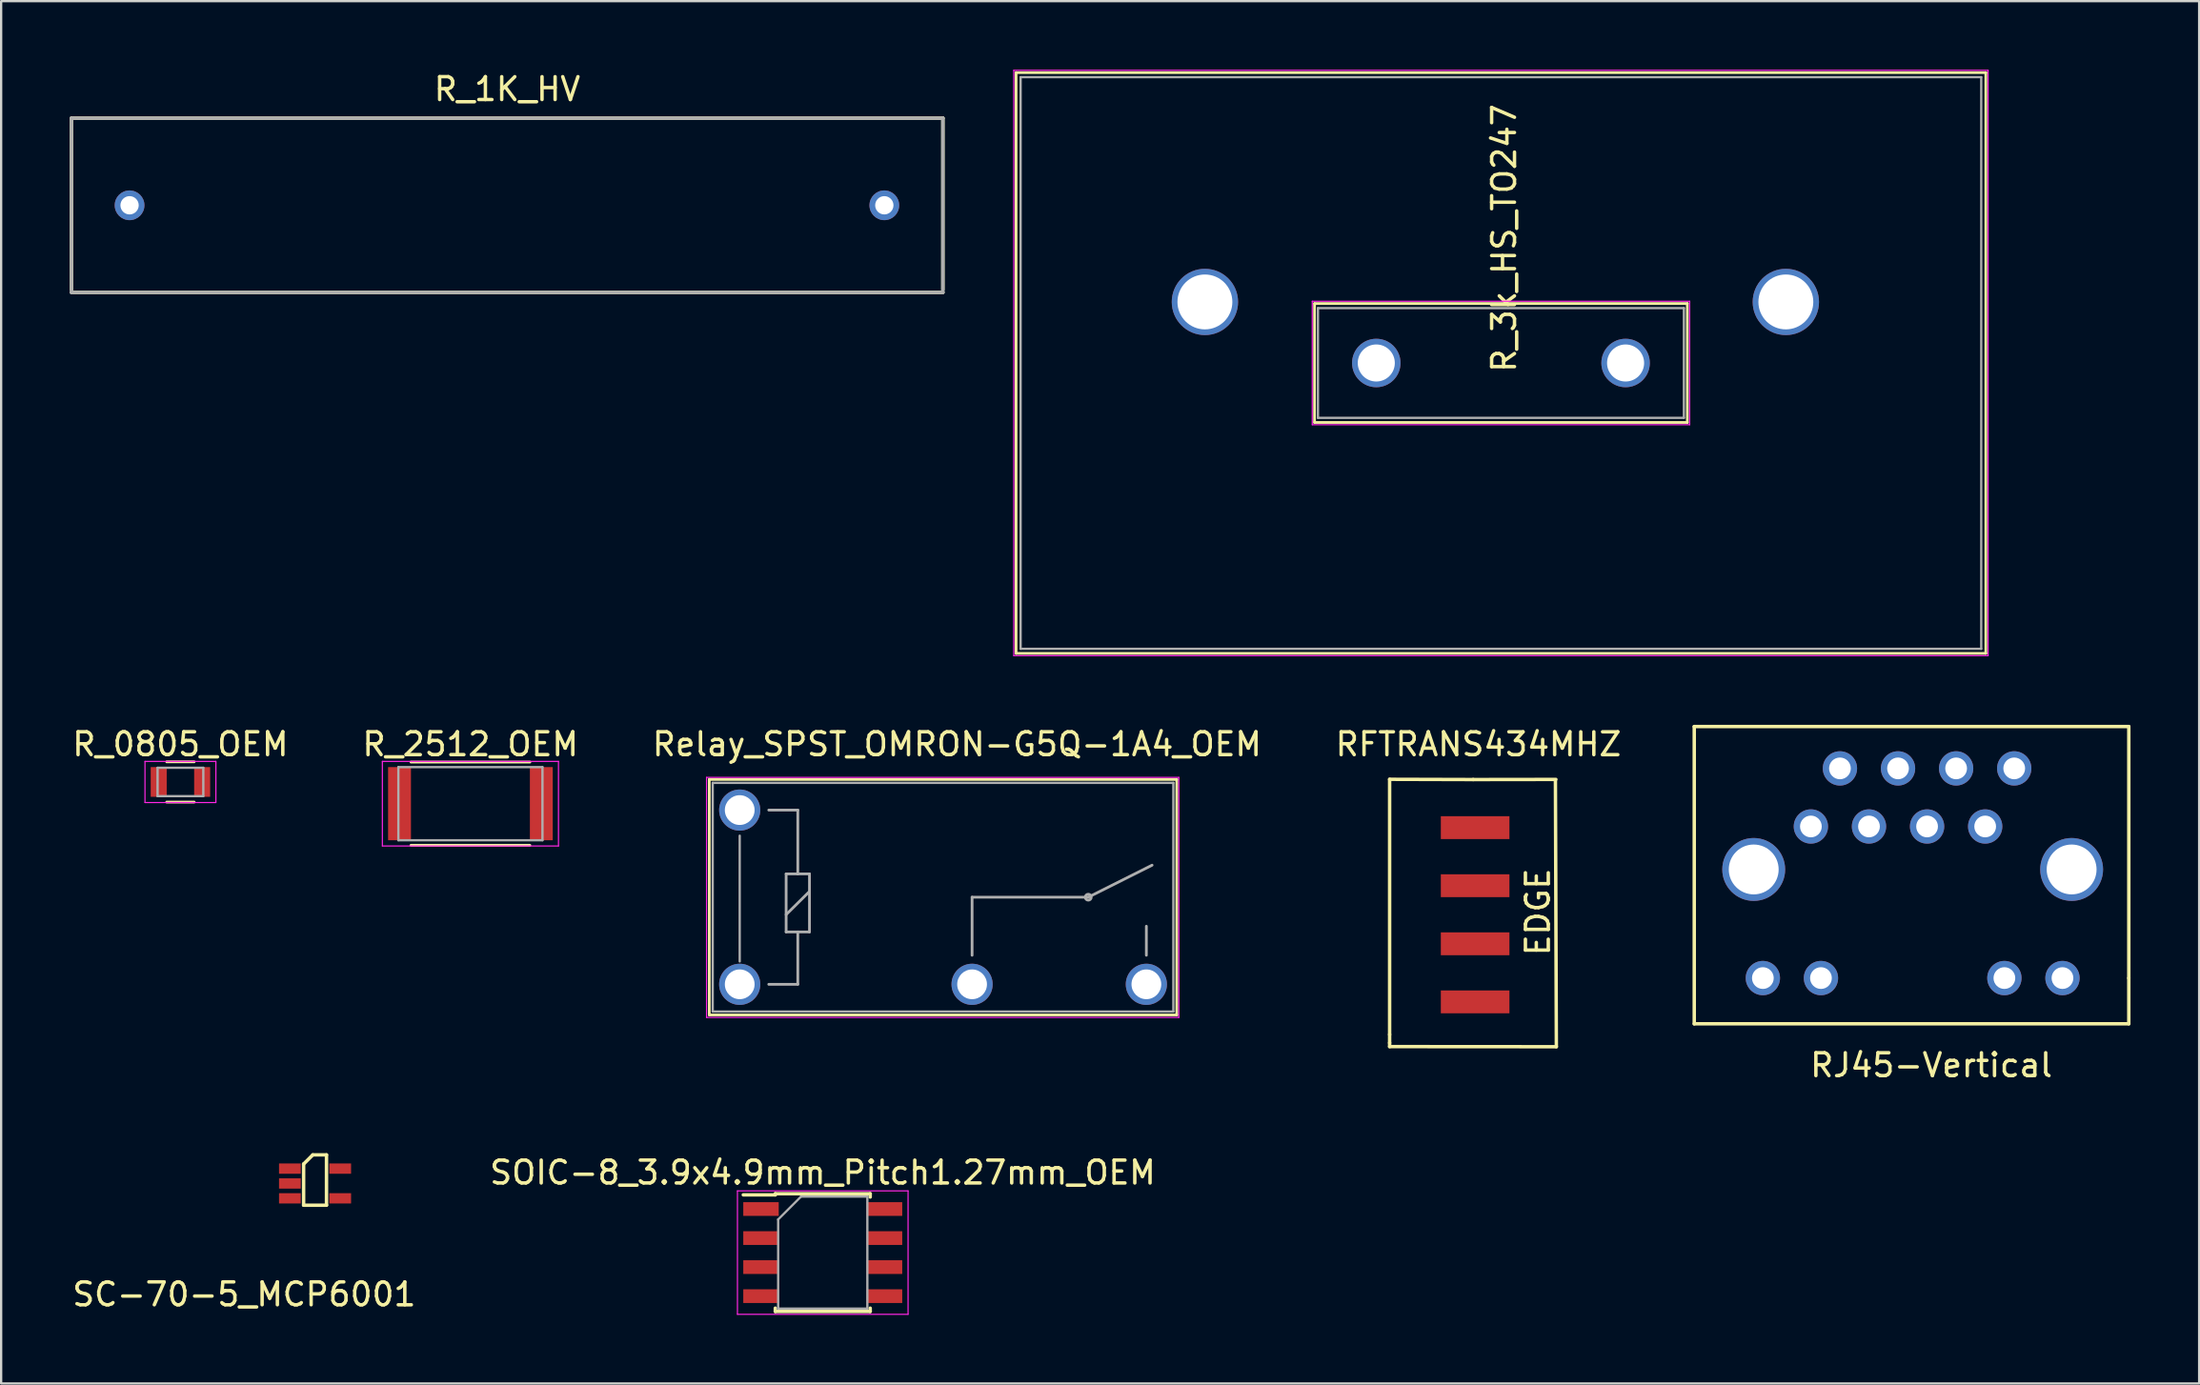
<source format=kicad_pcb>
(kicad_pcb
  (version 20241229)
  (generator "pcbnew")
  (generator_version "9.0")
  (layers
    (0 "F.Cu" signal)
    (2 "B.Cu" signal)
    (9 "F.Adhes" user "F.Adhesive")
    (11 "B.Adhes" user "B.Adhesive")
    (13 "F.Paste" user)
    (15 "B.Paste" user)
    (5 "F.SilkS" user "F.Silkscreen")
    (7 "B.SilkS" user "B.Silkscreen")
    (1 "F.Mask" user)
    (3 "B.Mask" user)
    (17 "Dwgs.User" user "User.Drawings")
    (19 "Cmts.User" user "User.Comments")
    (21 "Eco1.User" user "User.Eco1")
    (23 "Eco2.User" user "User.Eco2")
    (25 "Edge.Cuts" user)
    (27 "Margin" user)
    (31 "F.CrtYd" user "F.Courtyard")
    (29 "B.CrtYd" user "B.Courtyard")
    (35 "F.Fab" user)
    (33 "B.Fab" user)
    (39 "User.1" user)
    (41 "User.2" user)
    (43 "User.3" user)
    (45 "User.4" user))
  (footprint "Relay_SPST_OMRON-G5Q-1A4_OEM"
    (layer "F.Cu")
    (at 29.292 39.998)
    (property "Reference" "Relay_SPST_OMRON-G5Q-1A4_OEM" (at 9.5 -10.5 180) (layer "F.SilkS") (effects (font (size 1 1) (thickness 0.15))))
    (attr through_hole)
    (fp_line (start -1.33 -8.96) (end 19.11 -8.96) (stroke (width 0.12) (type solid)) (layer "F.SilkS"))
    (fp_line (start -1.33 1.34) (end -1.33 -8.96) (stroke (width 0.12) (type solid)) (layer "F.SilkS"))
    (fp_line (start -1.33 1.34) (end 19.11 1.34) (stroke (width 0.12) (type solid)) (layer "F.SilkS"))
    (fp_line (start 19.11 1.34) (end 19.11 -8.96) (stroke (width 0.12) (type solid)) (layer "F.SilkS"))
    (fp_line (start -1.45 -9.05) (end 19.2 -9.05) (stroke (width 0.05) (type solid)) (layer "F.CrtYd"))
    (fp_line (start -1.45 1.45) (end -1.45 -9.05) (stroke (width 0.05) (type solid)) (layer "F.CrtYd"))
    (fp_line (start 19.2 -9.05) (end 19.2 1.45) (stroke (width 0.05) (type solid)) (layer "F.CrtYd"))
    (fp_line (start 19.2 1.45) (end -1.45 1.45) (stroke (width 0.05) (type solid)) (layer "F.CrtYd"))
    (fp_line (start -1.18 -8.81) (end 18.96 -8.81) (stroke (width 0.1) (type solid)) (layer "F.Fab"))
    (fp_line (start -1.18 1.19) (end -1.18 -8.81) (stroke (width 0.1) (type solid)) (layer "F.Fab"))
    (fp_line (start 0 -1) (end 0 -6.5) (stroke (width 0.1) (type solid)) (layer "F.Fab"))
    (fp_line (start 1.27 0) (end 2.54 0) (stroke (width 0.12) (type solid)) (layer "F.Fab"))
    (fp_line (start 2.03 -4.83) (end 2.54 -4.83) (stroke (width 0.12) (type solid)) (layer "F.Fab"))
    (fp_line (start 2.03 -3.05) (end 3.05 -4.06) (stroke (width 0.12) (type solid)) (layer "F.Fab"))
    (fp_line (start 2.03 -2.29) (end 2.03 -4.83) (stroke (width 0.12) (type solid)) (layer "F.Fab"))
    (fp_line (start 2.54 -7.62) (end 1.27 -7.62) (stroke (width 0.12) (type solid)) (layer "F.Fab"))
    (fp_line (start 2.54 -4.83) (end 2.54 -7.62) (stroke (width 0.12) (type solid)) (layer "F.Fab"))
    (fp_line (start 2.54 -4.83) (end 3.05 -4.83) (stroke (width 0.12) (type solid)) (layer "F.Fab"))
    (fp_line (start 2.54 -2.29) (end 2.03 -2.29) (stroke (width 0.12) (type solid)) (layer "F.Fab"))
    (fp_line (start 2.54 0) (end 2.54 -2.29) (stroke (width 0.12) (type solid)) (layer "F.Fab"))
    (fp_line (start 3.05 -4.83) (end 3.05 -2.29) (stroke (width 0.12) (type solid)) (layer "F.Fab"))
    (fp_line (start 3.05 -2.29) (end 2.54 -2.29) (stroke (width 0.12) (type solid)) (layer "F.Fab"))
    (fp_line (start 10.16 -3.81) (end 15.24 -3.81) (stroke (width 0.12) (type solid)) (layer "F.Fab"))
    (fp_line (start 10.16 -1.27) (end 10.16 -3.81) (stroke (width 0.12) (type solid)) (layer "F.Fab"))
    (fp_line (start 15.24 -3.81) (end 18.03 -5.21) (stroke (width 0.12) (type solid)) (layer "F.Fab"))
    (fp_line (start 17.78 -1.27) (end 17.78 -2.54) (stroke (width 0.12) (type solid)) (layer "F.Fab"))
    (fp_line (start 18.96 -8.81) (end 18.96 1.19) (stroke (width 0.1) (type solid)) (layer "F.Fab"))
    (fp_line (start 18.96 1.19) (end -1.18 1.19) (stroke (width 0.1) (type solid)) (layer "F.Fab"))
    (fp_circle (center 15.24 -3.81) (end 15.24 -3.68) (stroke (width 0.12) (type solid)) (fill no) (layer "F.Fab"))
    (pad "1" thru_hole circle (at 0 0 180) (size 1.8 1.8) (drill 1.3) (layers "*.Cu" "*.Mask"))
    (pad "2" thru_hole circle (at 10.16 0 180) (size 1.8 1.8) (drill 1.3) (layers "*.Cu" "*.Mask"))
    (pad "3" thru_hole circle (at 17.78 0 180) (size 1.8 1.8) (drill 1.3) (layers "*.Cu" "*.Mask"))
    (pad "5" thru_hole circle (at 0 -7.62 180) (size 1.8 1.8) (drill 1.3) (layers "*.Cu" "*.Mask")))
  (footprint "SOIC-8_3.9x4.9mm_Pitch1.27mm_OEM"
    (layer "F.Cu")
    (at 32.923 51.731)
    (property "Reference" "SOIC-8_3.9x4.9mm_Pitch1.27mm_OEM" (at 0 -3.5 0) (layer "F.SilkS") (effects (font (size 1 1) (thickness 0.15))))
    (attr smd)
    (fp_line (start -2.075 -2.575) (end -2.075 -2.525) (stroke (width 0.15) (type solid)) (layer "F.SilkS"))
    (fp_line (start -2.075 -2.575) (end 2.075 -2.575) (stroke (width 0.15) (type solid)) (layer "F.SilkS"))
    (fp_line (start -2.075 -2.525) (end -3.475 -2.525) (stroke (width 0.15) (type solid)) (layer "F.SilkS"))
    (fp_line (start -2.075 2.575) (end -2.075 2.43) (stroke (width 0.15) (type solid)) (layer "F.SilkS"))
    (fp_line (start -2.075 2.575) (end 2.075 2.575) (stroke (width 0.15) (type solid)) (layer "F.SilkS"))
    (fp_line (start 2.075 -2.575) (end 2.075 -2.43) (stroke (width 0.15) (type solid)) (layer "F.SilkS"))
    (fp_line (start 2.075 2.575) (end 2.075 2.43) (stroke (width 0.15) (type solid)) (layer "F.SilkS"))
    (fp_line (start -3.73 -2.7) (end -3.73 2.7) (stroke (width 0.05) (type solid)) (layer "F.CrtYd"))
    (fp_line (start -3.73 -2.7) (end 3.73 -2.7) (stroke (width 0.05) (type solid)) (layer "F.CrtYd"))
    (fp_line (start -3.73 2.7) (end 3.73 2.7) (stroke (width 0.05) (type solid)) (layer "F.CrtYd"))
    (fp_line (start 3.73 -2.7) (end 3.73 2.7) (stroke (width 0.05) (type solid)) (layer "F.CrtYd"))
    (fp_line (start -1.95 -1.45) (end -0.95 -2.45) (stroke (width 0.1) (type solid)) (layer "F.Fab"))
    (fp_line (start -1.95 2.45) (end -1.95 -1.45) (stroke (width 0.1) (type solid)) (layer "F.Fab"))
    (fp_line (start -0.95 -2.45) (end 1.95 -2.45) (stroke (width 0.1) (type solid)) (layer "F.Fab"))
    (fp_line (start 1.95 -2.45) (end 1.95 2.45) (stroke (width 0.1) (type solid)) (layer "F.Fab"))
    (fp_line (start 1.95 2.45) (end -1.95 2.45) (stroke (width 0.1) (type solid)) (layer "F.Fab"))
    (pad "1" smd rect (at -2.7 -1.905) (size 1.55 0.6) (layers "F.Cu" "F.Mask" "F.Paste"))
    (pad "2" smd rect (at -2.7 -0.635) (size 1.55 0.6) (layers "F.Cu" "F.Mask" "F.Paste"))
    (pad "3" smd rect (at -2.7 0.635) (size 1.55 0.6) (layers "F.Cu" "F.Mask" "F.Paste"))
    (pad "4" smd rect (at -2.7 1.905) (size 1.55 0.6) (layers "F.Cu" "F.Mask" "F.Paste"))
    (pad "5" smd rect (at 2.7 1.905) (size 1.55 0.6) (layers "F.Cu" "F.Mask" "F.Paste"))
    (pad "6" smd rect (at 2.7 0.635) (size 1.55 0.6) (layers "F.Cu" "F.Mask" "F.Paste"))
    (pad "7" smd rect (at 2.7 -0.635) (size 1.55 0.6) (layers "F.Cu" "F.Mask" "F.Paste"))
    (pad "8" smd rect (at 2.7 -1.905) (size 1.55 0.6) (layers "F.Cu" "F.Mask" "F.Paste")))
  (footprint "R_0805_OEM"
    (layer "F.Cu")
    (at 4.839 31.148)
    (property "Reference" "R_0805_OEM" (at 0 -1.65 0) (layer "F.SilkS") (effects (font (size 1 1) (thickness 0.15))))
    (attr smd)
    (fp_line (start -0.6 -0.88) (end 0.6 -0.88) (stroke (width 0.12) (type solid)) (layer "F.SilkS"))
    (fp_line (start 0.6 0.88) (end -0.6 0.88) (stroke (width 0.12) (type solid)) (layer "F.SilkS"))
    (fp_line (start -1.55 -0.9) (end -1.55 0.9) (stroke (width 0.05) (type solid)) (layer "F.CrtYd"))
    (fp_line (start -1.55 -0.9) (end 1.55 -0.9) (stroke (width 0.05) (type solid)) (layer "F.CrtYd"))
    (fp_line (start 1.55 0.9) (end -1.55 0.9) (stroke (width 0.05) (type solid)) (layer "F.CrtYd"))
    (fp_line (start 1.55 0.9) (end 1.55 -0.9) (stroke (width 0.05) (type solid)) (layer "F.CrtYd"))
    (fp_line (start -1 -0.62) (end 1 -0.62) (stroke (width 0.1) (type solid)) (layer "F.Fab"))
    (fp_line (start -1 0.62) (end -1 -0.62) (stroke (width 0.1) (type solid)) (layer "F.Fab"))
    (fp_line (start 1 -0.62) (end 1 0.62) (stroke (width 0.1) (type solid)) (layer "F.Fab"))
    (fp_line (start 1 0.62) (end -1 0.62) (stroke (width 0.1) (type solid)) (layer "F.Fab"))
    (pad "1" smd rect (at -0.95 0) (size 0.7 1.3) (layers "F.Cu" "F.Mask" "F.Paste"))
    (pad "2" smd rect (at 0.95 0) (size 0.7 1.3) (layers "F.Cu" "F.Mask" "F.Paste")))
  (footprint "RJ45-Vertical"
    (layer "F.Cu")
    (at 74.027 39.725)
    (property "Reference" "RJ45-Vertical" (at 7.366 3.81 0) (layer "F.SilkS") (effects (font (size 1 1) (thickness 0.15))))
    (attr through_hole)
    (fp_line (start -3 -11) (end -3 2) (stroke (width 0.15) (type solid)) (layer "F.SilkS"))
    (fp_line (start -3 2) (end 16 2) (stroke (width 0.15) (type solid)) (layer "F.SilkS"))
    (fp_line (start 16 -11) (end -3 -11) (stroke (width 0.15) (type solid)) (layer "F.SilkS"))
    (fp_line (start 16 0) (end 16 -11) (stroke (width 0.15) (type solid)) (layer "F.SilkS"))
    (fp_line (start 16 2) (end 16 0) (stroke (width 0.15) (type solid)) (layer "F.SilkS"))
    (pad "1" thru_hole circle (at 2.1 -6.63) (size 1.5 1.5) (drill 0.95) (layers "*.Cu" "*.Mask"))
    (pad "2" thru_hole circle (at 3.37 -9.17) (size 1.5 1.5) (drill 0.95) (layers "*.Cu" "*.Mask"))
    (pad "3" thru_hole circle (at 4.64 -6.63) (size 1.5 1.5) (drill 0.95) (layers "*.Cu" "*.Mask"))
    (pad "4" thru_hole circle (at 5.91 -9.17) (size 1.5 1.5) (drill 0.95) (layers "*.Cu" "*.Mask"))
    (pad "5" thru_hole circle (at 7.18 -6.63) (size 1.5 1.5) (drill 0.95) (layers "*.Cu" "*.Mask"))
    (pad "6" thru_hole circle (at 8.45 -9.17) (size 1.5 1.5) (drill 0.95) (layers "*.Cu" "*.Mask" "F.Paste"))
    (pad "7" thru_hole circle (at 9.72 -6.63) (size 1.5 1.5) (drill 0.95) (layers "*.Cu" "*.Mask"))
    (pad "8" thru_hole circle (at 10.99 -9.17) (size 1.5 1.5) (drill 0.95) (layers "*.Cu" "*.Mask"))
    (pad "9" thru_hole circle (at 13.1 0) (size 1.5 1.5) (drill 0.95) (layers "*.Cu" "*.Mask"))
    (pad "10" thru_hole circle (at 10.56 0) (size 1.5 1.5) (drill 0.95) (layers "*.Cu" "*.Mask"))
    (pad "11" thru_hole circle (at 2.54 0) (size 1.5 1.5) (drill 0.95) (layers "*.Cu" "*.Mask"))
    (pad "12" thru_hole circle (at 0 0) (size 1.5 1.5) (drill 0.95) (layers "*.Cu" "*.Mask"))
    (pad "13" thru_hole circle (at -0.4 -4.75) (size 2.75 2.75) (drill 2.18) (layers "*.Cu" "*.Mask"))
    (pad "14" thru_hole circle (at 13.5 -4.75) (size 2.75 2.75) (drill 2.18) (layers "*.Cu" "*.Mask")))
  (footprint "R_1K_HV"
    (layer "F.Cu")
    (at 2.615 5.928)
    (property "Reference" "R_1K_HV" (at 16.51 -5.08 0) (layer "F.SilkS") (effects (font (size 1 1) (thickness 0.15))))
    (attr through_hole)
    (fp_line (start -2.54 -3.81) (end -2.54 3.69) (stroke (width 0.15) (type solid)) (layer "F.SilkS"))
    (fp_line (start -2.54 -3.81) (end 35.56 -3.81) (stroke (width 0.15) (type solid)) (layer "F.SilkS"))
    (fp_line (start 35.56 -3.81) (end 35.56 3.69) (stroke (width 0.15) (type solid)) (layer "F.SilkS"))
    (fp_line (start 35.56 3.81) (end -2.54 3.81) (stroke (width 0.15) (type solid)) (layer "F.SilkS"))
    (fp_line (start -2.54 -3.81) (end 35.56 -3.81) (stroke (width 0.15) (type solid)) (layer "F.Fab"))
    (fp_line (start -2.54 3.81) (end -2.54 -3.81) (stroke (width 0.15) (type solid)) (layer "F.Fab"))
    (fp_line (start 35.56 -3.81) (end 35.56 3.81) (stroke (width 0.15) (type solid)) (layer "F.Fab"))
    (fp_line (start 35.56 3.81) (end -2.54 3.81) (stroke (width 0.15) (type solid)) (layer "F.Fab"))
    (pad "1" thru_hole circle (at 0 0) (size 1.3 1.3) (drill 0.8) (layers "*.Cu" "*.Mask"))
    (pad "1" thru_hole circle (at 33 0) (size 1.3 1.3) (drill 0.8) (layers "*.Cu" "*.Mask")))
  (footprint "RFTRANS434MHZ"
    (layer "F.Cu")
    (at 61.447 33.146)
    (property "Reference" "RFTRANS434MHZ" (at 0.142 -3.647 0) (layer "F.SilkS") (effects (font (size 1 1) (thickness 0.15))))
    (attr through_hole)
    (fp_line (start -3.739 -2.113) (end -3.739 9.047) (stroke (width 0.15) (type solid)) (layer "F.SilkS"))
    (fp_line (start -3.739 9.047) (end -3.739 9.413) (stroke (width 0.15) (type solid)) (layer "F.SilkS"))
    (fp_line (start -3.739 9.413) (end -3.739 9.576) (stroke (width 0.15) (type solid)) (layer "F.SilkS"))
    (fp_line (start -3.739 9.576) (end 3.551 9.581) (stroke (width 0.15) (type solid)) (layer "F.SilkS"))
    (fp_line (start -0.086 -2.103) (end -3.739 -2.113) (stroke (width 0.15) (type solid)) (layer "F.SilkS"))
    (fp_line (start -0.086 -2.103) (end 3.531 -2.108) (stroke (width 0.15) (type solid)) (layer "F.SilkS"))
    (fp_line (start 3.551 9.581) (end 3.51 -2.037) (stroke (width 0.15) (type solid)) (layer "F.SilkS"))
    (fp_text user "EDGE" (at 2.743 3.688 270) (layer "F.SilkS") (effects (font (size 1 1) (thickness 0.15))))
    (pad "1" smd rect (at 0 0) (size 3 1) (layers "F.Cu" "F.Mask" "F.Paste"))
    (pad "2" smd rect (at 0 2.54) (size 3 1) (layers "F.Cu" "F.Mask" "F.Paste"))
    (pad "3" smd rect (at 0 5.08) (size 3 1) (layers "F.Cu" "F.Mask" "F.Paste"))
    (pad "4" smd rect (at 0 7.62) (size 3 1) (layers "F.Cu" "F.Mask" "F.Paste")))
  (footprint "R_3k_HS_TO247"
    (layer "F.Cu")
    (at 57.125 12.825)
    (property "Reference" "R_3k_HS_TO247" (at 5.588 -5.461 90) (layer "F.SilkS") (effects (font (size 1 1) (thickness 0.15))))
    (attr through_hole)
    (fp_line (start -15.75 -12.7) (end 26.65 -12.7) (stroke (width 0.12) (type solid)) (layer "F.SilkS"))
    (fp_line (start -15.75 12.7) (end -15.75 -12.7) (stroke (width 0.12) (type solid)) (layer "F.SilkS"))
    (fp_line (start -15.75 12.7) (end 26.65 12.7) (stroke (width 0.12) (type solid)) (layer "F.SilkS"))
    (fp_line (start -2.7 -2.6) (end -2.7 2.6) (stroke (width 0.12) (type solid)) (layer "F.SilkS"))
    (fp_line (start -2.7 -2.6) (end 13.6 -2.6) (stroke (width 0.12) (type solid)) (layer "F.SilkS"))
    (fp_line (start -2.7 2.6) (end 13.6 2.6) (stroke (width 0.12) (type solid)) (layer "F.SilkS"))
    (fp_line (start 13.6 -2.6) (end 13.6 2.6) (stroke (width 0.12) (type solid)) (layer "F.SilkS"))
    (fp_line (start 26.65 12.7) (end 26.65 -12.7) (stroke (width 0.12) (type solid)) (layer "F.SilkS"))
    (fp_line (start -15.85 -12.8) (end -15.85 12.8) (stroke (width 0.05) (type solid)) (layer "F.CrtYd"))
    (fp_line (start -15.85 -12.8) (end 26.75 -12.8) (stroke (width 0.05) (type solid)) (layer "F.CrtYd"))
    (fp_line (start -15.85 12.8) (end 26.75 12.8) (stroke (width 0.05) (type solid)) (layer "F.CrtYd"))
    (fp_line (start -2.8 -2.7) (end -2.8 2.7) (stroke (width 0.05) (type solid)) (layer "F.CrtYd"))
    (fp_line (start -2.8 -2.7) (end 13.7 -2.7) (stroke (width 0.05) (type solid)) (layer "F.CrtYd"))
    (fp_line (start 13.7 2.7) (end -2.8 2.7) (stroke (width 0.05) (type solid)) (layer "F.CrtYd"))
    (fp_line (start 13.7 2.7) (end 13.7 -2.7) (stroke (width 0.05) (type solid)) (layer "F.CrtYd"))
    (fp_line (start 26.75 12.8) (end 26.75 -12.8) (stroke (width 0.05) (type solid)) (layer "F.CrtYd"))
    (fp_line (start -15.55 -12.5) (end 26.45 -12.5) (stroke (width 0.1) (type solid)) (layer "F.Fab"))
    (fp_line (start -15.55 12.5) (end -15.55 -12.5) (stroke (width 0.1) (type solid)) (layer "F.Fab"))
    (fp_line (start -15.55 12.5) (end 26.45 12.5) (stroke (width 0.1) (type solid)) (layer "F.Fab"))
    (fp_line (start -2.55 -2.4) (end 13.45 -2.4) (stroke (width 0.1) (type solid)) (layer "F.Fab"))
    (fp_line (start -2.55 2.4) (end -2.55 -2.4) (stroke (width 0.1) (type solid)) (layer "F.Fab"))
    (fp_line (start -2.55 2.4) (end 13.45 2.4) (stroke (width 0.1) (type solid)) (layer "F.Fab"))
    (fp_line (start 13.45 2.4) (end 13.45 -2.4) (stroke (width 0.1) (type solid)) (layer "F.Fab"))
    (fp_line (start 26.45 12.5) (end 26.45 -12.5) (stroke (width 0.1) (type solid)) (layer "F.Fab"))
    (pad "1" thru_hole circle (at 0 0) (size 2.12 2.12) (drill 1.62) (layers "*.Cu" "*.Mask"))
    (pad "2" thru_hole circle (at 10.9 0) (size 2.12 2.12) (drill 1.62) (layers "*.Cu" "*.Mask"))
    (pad "4" thru_hole circle (at -7.493 -2.67) (size 2.9 2.9) (drill 2.4) (layers "*.Cu" "*.Mask"))
    (pad "5" thru_hole circle (at 17.907 -2.67) (size 2.9 2.9) (drill 2.4) (layers "*.Cu" "*.Mask")))
  (footprint "R_2512_OEM"
    (layer "F.Cu")
    (at 17.518 32.098)
    (property "Reference" "R_2512_OEM" (at 0 -2.6 0) (layer "F.SilkS") (effects (font (size 1 1) (thickness 0.15))))
    (attr smd)
    (fp_line (start -2.6 -1.82) (end 2.6 -1.82) (stroke (width 0.12) (type solid)) (layer "F.SilkS"))
    (fp_line (start 2.6 1.82) (end -2.6 1.82) (stroke (width 0.12) (type solid)) (layer "F.SilkS"))
    (fp_line (start -3.85 -1.85) (end -3.85 1.85) (stroke (width 0.05) (type solid)) (layer "F.CrtYd"))
    (fp_line (start -3.85 -1.85) (end 3.85 -1.85) (stroke (width 0.05) (type solid)) (layer "F.CrtYd"))
    (fp_line (start 3.85 1.85) (end -3.85 1.85) (stroke (width 0.05) (type solid)) (layer "F.CrtYd"))
    (fp_line (start 3.85 1.85) (end 3.85 -1.85) (stroke (width 0.05) (type solid)) (layer "F.CrtYd"))
    (fp_line (start -3.15 -1.6) (end 3.15 -1.6) (stroke (width 0.1) (type solid)) (layer "F.Fab"))
    (fp_line (start -3.15 1.6) (end -3.15 -1.6) (stroke (width 0.1) (type solid)) (layer "F.Fab"))
    (fp_line (start 3.15 -1.6) (end 3.15 1.6) (stroke (width 0.1) (type solid)) (layer "F.Fab"))
    (fp_line (start 3.15 1.6) (end -3.15 1.6) (stroke (width 0.1) (type solid)) (layer "F.Fab"))
    (pad "1" smd rect (at -3.1 0) (size 1 3.2) (layers "F.Cu" "F.Mask" "F.Paste"))
    (pad "2" smd rect (at 3.1 0) (size 1 3.2) (layers "F.Cu" "F.Mask" "F.Paste")))
  (footprint "SC-70-5_MCP6001"
    (layer "F.Cu")
    (at 7.625 53.058)
    (property "Reference" "SC-70-5_MCP6001" (at 0 0.5 0) (layer "F.SilkS") (effects (font (size 1 1) (thickness 0.15))))
    (attr through_hole)
    (fp_line (start 2.6 -5.2) (end 2.6 -3.4) (stroke (width 0.15) (type solid)) (layer "F.SilkS"))
    (fp_line (start 2.6 -3.4) (end 3.6 -3.4) (stroke (width 0.15) (type solid)) (layer "F.SilkS"))
    (fp_line (start 3 -5.6) (end 2.6 -5.2) (stroke (width 0.15) (type solid)) (layer "F.SilkS"))
    (fp_line (start 3.6 -5.6) (end 3 -5.6) (stroke (width 0.15) (type solid)) (layer "F.SilkS"))
    (fp_line (start 3.6 -3.4) (end 3.6 -5.6) (stroke (width 0.15) (type solid)) (layer "F.SilkS"))
    (pad "1" smd rect (at 2 -5) (size 0.95 0.45) (layers "F.Cu" "F.Mask" "F.Paste"))
    (pad "2" smd rect (at 2 -4.35) (size 0.95 0.45) (layers "F.Cu" "F.Mask" "F.Paste"))
    (pad "3" smd rect (at 2 -3.7) (size 0.95 0.45) (layers "F.Cu" "F.Mask" "F.Paste"))
    (pad "4" smd rect (at 4.2 -3.7) (size 0.95 0.45) (layers "F.Cu" "F.Mask" "F.Paste"))
    (pad "5" smd rect (at 4.2 -5) (size 0.95 0.45) (layers "F.Cu" "F.Mask" "F.Paste")))
  (gr_rect
    (start -3 -3)
    (end 93.102 57.456)
    (stroke (width 0.1) (type default))
    (fill no)
    (layer "Edge.Cuts")))
</source>
